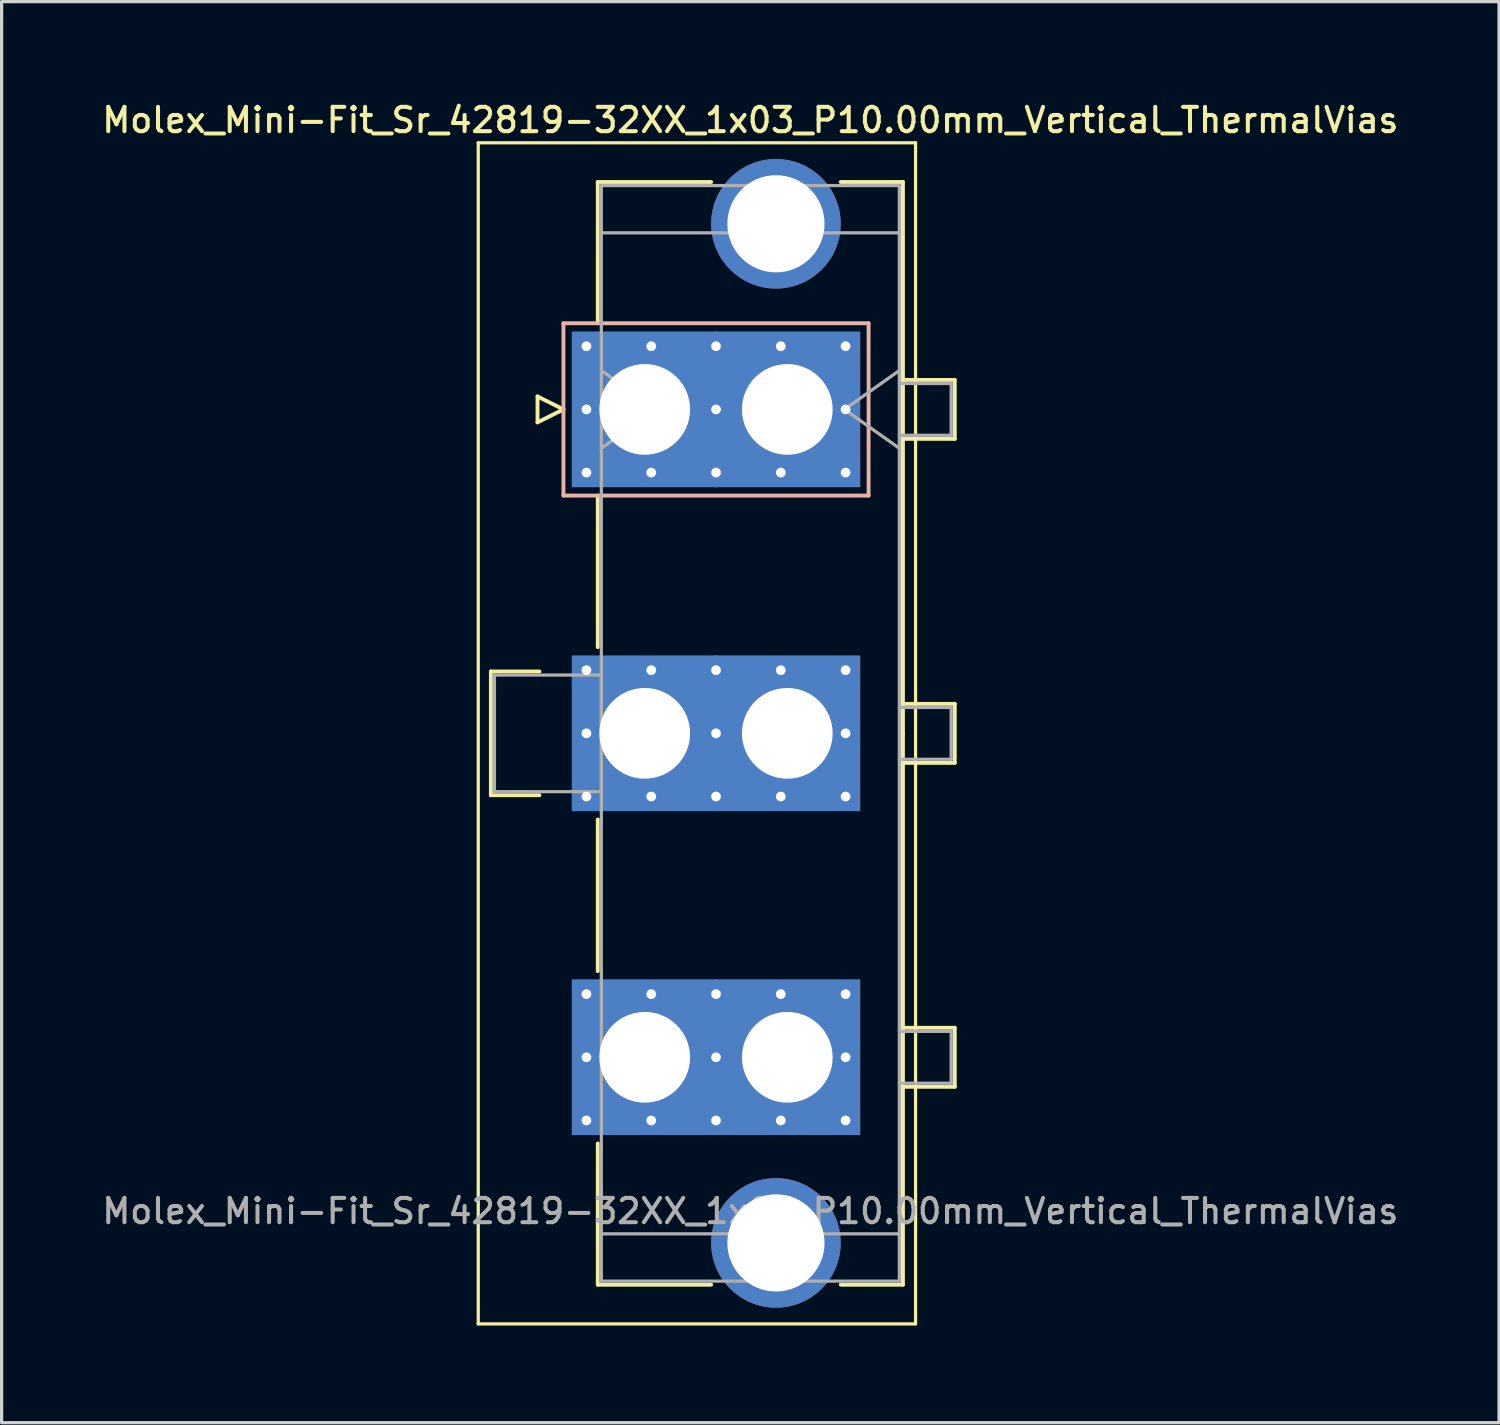
<source format=kicad_pcb>
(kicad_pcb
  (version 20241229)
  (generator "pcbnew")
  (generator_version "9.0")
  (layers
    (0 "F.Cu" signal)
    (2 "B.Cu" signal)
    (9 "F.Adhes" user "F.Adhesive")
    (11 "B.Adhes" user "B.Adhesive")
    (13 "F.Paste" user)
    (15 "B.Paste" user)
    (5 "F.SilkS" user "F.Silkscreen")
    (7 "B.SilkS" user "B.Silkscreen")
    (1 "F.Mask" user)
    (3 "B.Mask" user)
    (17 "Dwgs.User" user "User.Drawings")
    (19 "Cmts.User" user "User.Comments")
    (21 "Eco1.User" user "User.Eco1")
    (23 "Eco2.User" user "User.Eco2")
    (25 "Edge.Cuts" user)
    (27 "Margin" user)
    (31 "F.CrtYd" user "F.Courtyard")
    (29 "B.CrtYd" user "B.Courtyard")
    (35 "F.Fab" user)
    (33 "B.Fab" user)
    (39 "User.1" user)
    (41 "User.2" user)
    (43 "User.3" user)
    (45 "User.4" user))
  (footprint "Molex_Mini-Fit_Sr_42819-32XX_1x03_P10.00mm_Vertical_ThermalVias"
    (layer "F.Cu")
    (at 16.853 9.588)
    (property "Reference" "Molex_Mini-Fit_Sr_42819-32XX_1x03_P10.00mm_Vertical_ThermalVias" (at 3.26 -8.93 0) (layer "F.SilkS") (effects (font (size 0.75 0.75) (thickness 0.125))))
    (attr through_hole)
    (fp_line (start -5.14 -8.23) (end -5.14 28.23) (stroke (width 0.1) (type solid)) (layer "F.SilkS"))
    (fp_line (start -5.14 28.23) (end 8.36 28.23) (stroke (width 0.1) (type solid)) (layer "F.SilkS"))
    (fp_line (start -4.75 8.09) (end -4.75 11.91) (stroke (width 0.12) (type solid)) (layer "F.SilkS"))
    (fp_line (start -4.75 11.91) (end -3.25 11.91) (stroke (width 0.12) (type solid)) (layer "F.SilkS"))
    (fp_line (start -3.31 -0.4) (end -3.31 0.4) (stroke (width 0.12) (type solid)) (layer "F.SilkS"))
    (fp_line (start -3.31 0.4) (end -2.51 0) (stroke (width 0.12) (type solid)) (layer "F.SilkS"))
    (fp_line (start -3.25 8.09) (end -4.75 8.09) (stroke (width 0.12) (type solid)) (layer "F.SilkS"))
    (fp_line (start -2.51 0) (end -3.31 -0.4) (stroke (width 0.12) (type solid)) (layer "F.SilkS"))
    (fp_line (start -1.45 -7.02) (end 2.05 -7.02) (stroke (width 0.12) (type solid)) (layer "F.SilkS"))
    (fp_line (start -1.45 -2.66) (end -1.45 -7.02) (stroke (width 0.12) (type solid)) (layer "F.SilkS"))
    (fp_line (start -1.45 2.66) (end -1.45 7.34) (stroke (width 0.12) (type solid)) (layer "F.SilkS"))
    (fp_line (start -1.45 12.66) (end -1.45 17.34) (stroke (width 0.12) (type solid)) (layer "F.SilkS"))
    (fp_line (start -1.45 22.66) (end -1.45 27.02) (stroke (width 0.12) (type solid)) (layer "F.SilkS"))
    (fp_line (start -1.45 27.02) (end 2.05 27.02) (stroke (width 0.12) (type solid)) (layer "F.SilkS"))
    (fp_line (start 6.05 -7.02) (end 7.97 -7.02) (stroke (width 0.12) (type solid)) (layer "F.SilkS"))
    (fp_line (start 6.05 27.02) (end 7.97 27.02) (stroke (width 0.12) (type solid)) (layer "F.SilkS"))
    (fp_line (start 7.97 -7.02) (end 7.97 10) (stroke (width 0.12) (type solid)) (layer "F.SilkS"))
    (fp_line (start 7.97 -0.91) (end 9.57 -0.91) (stroke (width 0.12) (type solid)) (layer "F.SilkS"))
    (fp_line (start 7.97 9.09) (end 9.57 9.09) (stroke (width 0.12) (type solid)) (layer "F.SilkS"))
    (fp_line (start 7.97 19.09) (end 9.57 19.09) (stroke (width 0.12) (type solid)) (layer "F.SilkS"))
    (fp_line (start 7.97 27.02) (end 7.97 10) (stroke (width 0.12) (type solid)) (layer "F.SilkS"))
    (fp_line (start 8.36 -8.23) (end -5.14 -8.23) (stroke (width 0.1) (type solid)) (layer "F.SilkS"))
    (fp_line (start 8.36 28.23) (end 8.36 -8.23) (stroke (width 0.1) (type solid)) (layer "F.SilkS"))
    (fp_line (start 9.57 -0.91) (end 9.57 0.91) (stroke (width 0.12) (type solid)) (layer "F.SilkS"))
    (fp_line (start 9.57 0.91) (end 7.97 0.91) (stroke (width 0.12) (type solid)) (layer "F.SilkS"))
    (fp_line (start 9.57 9.09) (end 9.57 10.91) (stroke (width 0.12) (type solid)) (layer "F.SilkS"))
    (fp_line (start 9.57 10.91) (end 7.97 10.91) (stroke (width 0.12) (type solid)) (layer "F.SilkS"))
    (fp_line (start 9.57 19.09) (end 9.57 20.91) (stroke (width 0.12) (type solid)) (layer "F.SilkS"))
    (fp_line (start 9.57 20.91) (end 7.97 20.91) (stroke (width 0.12) (type solid)) (layer "F.SilkS"))
    (fp_line (start -2.51 -2.66) (end -2.51 2.66) (stroke (width 0.12) (type solid)) (layer "B.SilkS"))
    (fp_line (start -2.51 2.66) (end 6.91 2.66) (stroke (width 0.12) (type solid)) (layer "B.SilkS"))
    (fp_line (start 6.91 -2.66) (end -2.51 -2.66) (stroke (width 0.12) (type solid)) (layer "B.SilkS"))
    (fp_line (start 6.91 2.66) (end 6.91 -2.66) (stroke (width 0.12) (type solid)) (layer "B.SilkS"))
    (fp_line (start -4.64 8.2) (end -1.34 8.2) (stroke (width 0.1) (type solid)) (layer "F.Fab"))
    (fp_line (start -4.64 11.8) (end -4.64 8.2) (stroke (width 0.1) (type solid)) (layer "F.Fab"))
    (fp_line (start -1.34 -6.91) (end -1.34 26.91) (stroke (width 0.1) (type solid)) (layer "F.Fab"))
    (fp_line (start -1.34 -5.45) (end 7.86 -5.45) (stroke (width 0.1) (type solid)) (layer "F.Fab"))
    (fp_line (start -1.34 -1.2) (end 0.357 0) (stroke (width 0.1) (type solid)) (layer "F.Fab"))
    (fp_line (start -1.34 8.2) (end -1.34 11.8) (stroke (width 0.1) (type solid)) (layer "F.Fab"))
    (fp_line (start -1.34 11.8) (end -4.64 11.8) (stroke (width 0.1) (type solid)) (layer "F.Fab"))
    (fp_line (start -1.34 25.45) (end 7.86 25.45) (stroke (width 0.1) (type solid)) (layer "F.Fab"))
    (fp_line (start -1.34 26.91) (end 7.86 26.91) (stroke (width 0.1) (type solid)) (layer "F.Fab"))
    (fp_line (start 0.357 0) (end -1.34 1.2) (stroke (width 0.1) (type solid)) (layer "F.Fab"))
    (fp_line (start 6.163 0) (end 7.86 1.2) (stroke (width 0.1) (type solid)) (layer "F.Fab"))
    (fp_line (start 7.86 -6.91) (end -1.34 -6.91) (stroke (width 0.1) (type solid)) (layer "F.Fab"))
    (fp_line (start 7.86 -1.2) (end 6.163 0) (stroke (width 0.1) (type solid)) (layer "F.Fab"))
    (fp_line (start 7.86 -0.8) (end 9.46 -0.8) (stroke (width 0.1) (type solid)) (layer "F.Fab"))
    (fp_line (start 7.86 9.2) (end 9.46 9.2) (stroke (width 0.1) (type solid)) (layer "F.Fab"))
    (fp_line (start 7.86 19.2) (end 9.46 19.2) (stroke (width 0.1) (type solid)) (layer "F.Fab"))
    (fp_line (start 7.86 26.91) (end 7.86 -6.91) (stroke (width 0.1) (type solid)) (layer "F.Fab"))
    (fp_line (start 9.46 -0.8) (end 9.46 0.8) (stroke (width 0.1) (type solid)) (layer "F.Fab"))
    (fp_line (start 9.46 0.8) (end 7.86 0.8) (stroke (width 0.1) (type solid)) (layer "F.Fab"))
    (fp_line (start 9.46 9.2) (end 9.46 10.8) (stroke (width 0.1) (type solid)) (layer "F.Fab"))
    (fp_line (start 9.46 10.8) (end 7.86 10.8) (stroke (width 0.1) (type solid)) (layer "F.Fab"))
    (fp_line (start 9.46 19.2) (end 9.46 20.8) (stroke (width 0.1) (type solid)) (layer "F.Fab"))
    (fp_line (start 9.46 20.8) (end 7.86 20.8) (stroke (width 0.1) (type solid)) (layer "F.Fab"))
    (fp_text user "${REFERENCE}" (at 3.26 24.75 0) (layer "F.Fab") (effects (font (size 0.75 0.75) (thickness 0.125))))
    (pad "" thru_hole circle (at 4.05 -5.73) (size 4 4) (drill 3) (layers "*.Cu" "*.Mask"))
    (pad "" thru_hole circle (at 4.05 25.73) (size 4 4) (drill 3) (layers "*.Cu" "*.Mask"))
    (pad "1" thru_hole roundrect (at -1.8 -1.95) (size 0.6 0.6) (drill 0.3) (layers "*.Cu" "*.Mask") (roundrect_rratio 0.25))
    (pad "1" thru_hole roundrect (at -1.8 0) (size 0.6 0.6) (drill 0.3) (layers "*.Cu" "*.Mask") (roundrect_rratio 0.25))
    (pad "1" thru_hole roundrect (at -1.8 1.95) (size 0.6 0.6) (drill 0.3) (layers "*.Cu" "*.Mask") (roundrect_rratio 0.25))
    (pad "1" thru_hole rect (at 0 0) (size 4.5 4.8) (drill 2.8) (layers "*.Cu" "*.Mask"))
    (pad "1" thru_hole roundrect (at 0.2 -1.95) (size 0.6 0.6) (drill 0.3) (layers "*.Cu" "*.Mask") (roundrect_rratio 0.25))
    (pad "1" thru_hole roundrect (at 0.2 1.95) (size 0.6 0.6) (drill 0.3) (layers "*.Cu" "*.Mask") (roundrect_rratio 0.25))
    (pad "1" thru_hole roundrect (at 2.2 -1.95) (size 0.6 0.6) (drill 0.3) (layers "*.Cu" "*.Mask") (roundrect_rratio 0.25))
    (pad "1" thru_hole roundrect (at 2.2 0) (size 0.6 0.6) (drill 0.3) (layers "*.Cu" "*.Mask") (roundrect_rratio 0.25))
    (pad "1" thru_hole roundrect (at 2.2 1.95) (size 0.6 0.6) (drill 0.3) (layers "*.Cu" "*.Mask") (roundrect_rratio 0.25))
    (pad "1" thru_hole roundrect (at 4.2 -1.95) (size 0.6 0.6) (drill 0.3) (layers "*.Cu" "*.Mask") (roundrect_rratio 0.25))
    (pad "1" thru_hole roundrect (at 4.2 1.95) (size 0.6 0.6) (drill 0.3) (layers "*.Cu" "*.Mask") (roundrect_rratio 0.25))
    (pad "1" thru_hole rect (at 4.4 0) (size 4.5 4.8) (drill 2.8) (layers "*.Cu" "*.Mask"))
    (pad "1" thru_hole roundrect (at 6.2 -1.95) (size 0.6 0.6) (drill 0.3) (layers "*.Cu" "*.Mask") (roundrect_rratio 0.25))
    (pad "1" thru_hole roundrect (at 6.2 0) (size 0.6 0.6) (drill 0.3) (layers "*.Cu" "*.Mask") (roundrect_rratio 0.25))
    (pad "1" thru_hole roundrect (at 6.2 1.95) (size 0.6 0.6) (drill 0.3) (layers "*.Cu" "*.Mask") (roundrect_rratio 0.25))
    (pad "2" thru_hole circle (at -1.8 8.05) (size 0.6 0.6) (drill 0.3) (layers "*.Cu" "*.Mask"))
    (pad "2" thru_hole circle (at -1.8 10) (size 0.6 0.6) (drill 0.3) (layers "*.Cu" "*.Mask"))
    (pad "2" thru_hole circle (at -1.8 11.95) (size 0.6 0.6) (drill 0.3) (layers "*.Cu" "*.Mask"))
    (pad "2" thru_hole rect (at 0 10) (size 4.5 4.8) (drill 2.8) (layers "*.Cu" "*.Mask"))
    (pad "2" thru_hole circle (at 0.2 8.05) (size 0.6 0.6) (drill 0.3) (layers "*.Cu" "*.Mask"))
    (pad "2" thru_hole circle (at 0.2 11.95) (size 0.6 0.6) (drill 0.3) (layers "*.Cu" "*.Mask"))
    (pad "2" thru_hole circle (at 2.2 8.05) (size 0.6 0.6) (drill 0.3) (layers "*.Cu" "*.Mask"))
    (pad "2" thru_hole circle (at 2.2 10) (size 0.6 0.6) (drill 0.3) (layers "*.Cu" "*.Mask"))
    (pad "2" thru_hole circle (at 2.2 11.95) (size 0.6 0.6) (drill 0.3) (layers "*.Cu" "*.Mask"))
    (pad "2" thru_hole circle (at 4.2 8.05) (size 0.6 0.6) (drill 0.3) (layers "*.Cu" "*.Mask"))
    (pad "2" thru_hole circle (at 4.2 11.95) (size 0.6 0.6) (drill 0.3) (layers "*.Cu" "*.Mask"))
    (pad "2" thru_hole rect (at 4.4 10) (size 4.5 4.8) (drill 2.8) (layers "*.Cu" "*.Mask"))
    (pad "2" thru_hole circle (at 6.2 8.05) (size 0.6 0.6) (drill 0.3) (layers "*.Cu" "*.Mask"))
    (pad "2" thru_hole circle (at 6.2 10) (size 0.6 0.6) (drill 0.3) (layers "*.Cu" "*.Mask"))
    (pad "2" thru_hole circle (at 6.2 11.95) (size 0.6 0.6) (drill 0.3) (layers "*.Cu" "*.Mask"))
    (pad "3" thru_hole circle (at -1.8 18.05) (size 0.6 0.6) (drill 0.3) (layers "*.Cu" "*.Mask"))
    (pad "3" thru_hole circle (at -1.8 20) (size 0.6 0.6) (drill 0.3) (layers "*.Cu" "*.Mask"))
    (pad "3" thru_hole circle (at -1.8 21.95) (size 0.6 0.6) (drill 0.3) (layers "*.Cu" "*.Mask"))
    (pad "3" thru_hole rect (at 0 20) (size 4.5 4.8) (drill 2.8) (layers "*.Cu" "*.Mask"))
    (pad "3" thru_hole circle (at 0.2 18.05) (size 0.6 0.6) (drill 0.3) (layers "*.Cu" "*.Mask"))
    (pad "3" thru_hole circle (at 0.2 21.95) (size 0.6 0.6) (drill 0.3) (layers "*.Cu" "*.Mask"))
    (pad "3" thru_hole circle (at 2.2 18.05) (size 0.6 0.6) (drill 0.3) (layers "*.Cu" "*.Mask"))
    (pad "3" thru_hole circle (at 2.2 20) (size 0.6 0.6) (drill 0.3) (layers "*.Cu" "*.Mask"))
    (pad "3" thru_hole circle (at 2.2 21.95) (size 0.6 0.6) (drill 0.3) (layers "*.Cu" "*.Mask"))
    (pad "3" thru_hole circle (at 4.2 18.05) (size 0.6 0.6) (drill 0.3) (layers "*.Cu" "*.Mask"))
    (pad "3" thru_hole circle (at 4.2 21.95) (size 0.6 0.6) (drill 0.3) (layers "*.Cu" "*.Mask"))
    (pad "3" thru_hole rect (at 4.4 20) (size 4.5 4.8) (drill 2.8) (layers "*.Cu" "*.Mask"))
    (pad "3" thru_hole circle (at 6.2 18.05) (size 0.6 0.6) (drill 0.3) (layers "*.Cu" "*.Mask"))
    (pad "3" thru_hole circle (at 6.2 20) (size 0.6 0.6) (drill 0.3) (layers "*.Cu" "*.Mask"))
    (pad "3" thru_hole circle (at 6.2 21.95) (size 0.6 0.6) (drill 0.3) (layers "*.Cu" "*.Mask")))
  (gr_rect
    (start -3 -3)
    (end 43.225 40.868)
    (stroke (width 0.1) (type default))
    (fill no)
    (layer "Edge.Cuts")))
</source>
